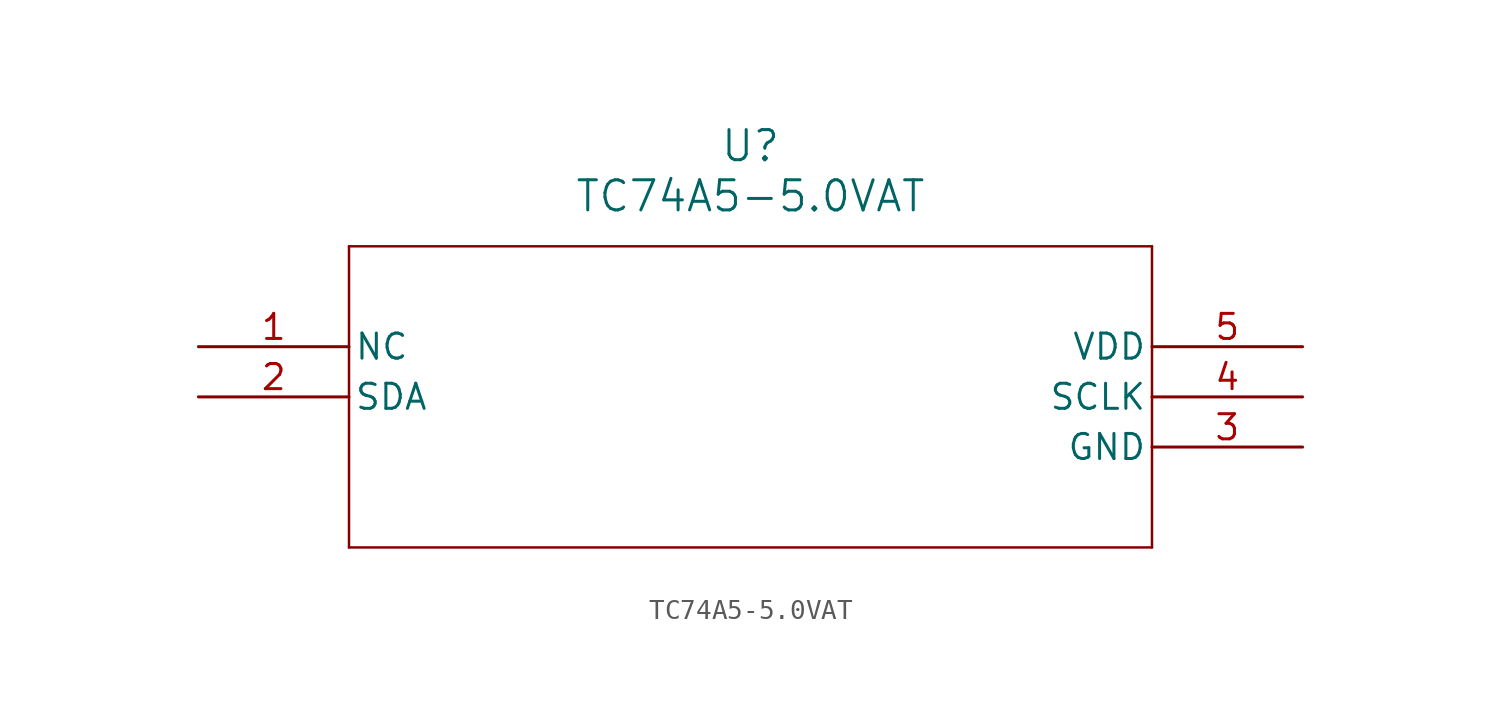
<source format=kicad_sym>
(kicad_symbol_lib
  (version 20211014)
  (generator kicad_symbol_editor)
  (symbol "TC74A5-5.0VAT"
    (pin_names
      (offset 0.254))
    (property "Reference" "U"
      (at 27.94 10.16 0)
      (effects (font (size 1.524 1.524))))
    (property "Value" "TC74A5-5.0VAT"
      (at 27.94 7.62 0)
      (effects (font (size 1.524 1.524))))
    (symbol "TC74A5-5.0VAT_0_1"
      (polyline (pts (xy 7.62 5.08) (xy 7.62 -10.16)) (stroke (width 0.127) (type default) (color 0 0 0 0)) (fill (type none)))
      (polyline (pts (xy 7.62 -10.16) (xy 48.26 -10.16)) (stroke (width 0.127) (type default) (color 0 0 0 0)) (fill (type none)))
      (polyline (pts (xy 48.26 -10.16) (xy 48.26 5.08)) (stroke (width 0.127) (type default) (color 0 0 0 0)) (fill (type none)))
      (polyline (pts (xy 48.26 5.08) (xy 7.62 5.08)) (stroke (width 0.127) (type default) (color 0 0 0 0)) (fill (type none)))
      (pin unspecified line (at 0 0 0) (length 7.62) (name "NC" (effects (font (size 1.27 1.27)))) (number "1" (effects (font (size 1.27 1.27)))))
      (pin unspecified line (at 0 -2.54 0) (length 7.62) (name "SDA" (effects (font (size 1.27 1.27)))) (number "2" (effects (font (size 1.27 1.27)))))
      (pin unspecified line (at 55.88 -5.08 180) (length 7.62) (name "GND" (effects (font (size 1.27 1.27)))) (number "3" (effects (font (size 1.27 1.27)))))
      (pin unspecified line (at 55.88 -2.54 180) (length 7.62) (name "SCLK" (effects (font (size 1.27 1.27)))) (number "4" (effects (font (size 1.27 1.27)))))
      (pin unspecified line (at 55.88 0 180) (length 7.62) (name "VDD" (effects (font (size 1.27 1.27)))) (number "5" (effects (font (size 1.27 1.27))))))))
</source>
